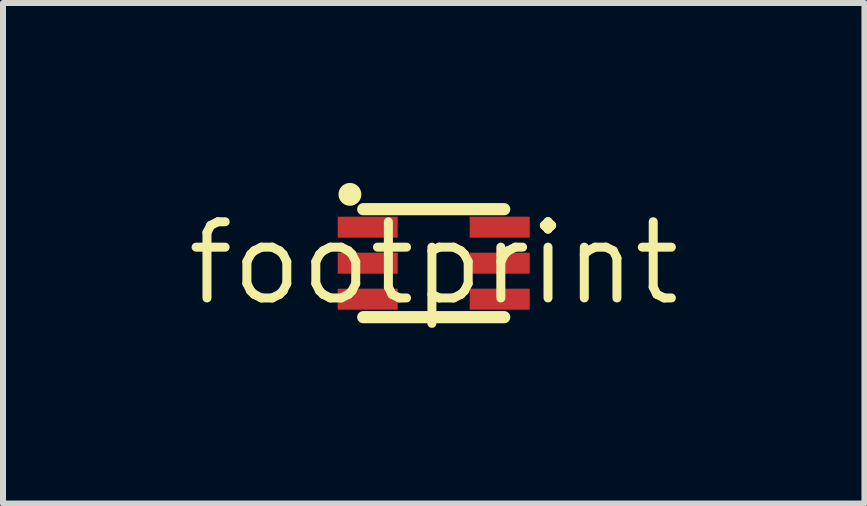
<source format=kicad_pcb>
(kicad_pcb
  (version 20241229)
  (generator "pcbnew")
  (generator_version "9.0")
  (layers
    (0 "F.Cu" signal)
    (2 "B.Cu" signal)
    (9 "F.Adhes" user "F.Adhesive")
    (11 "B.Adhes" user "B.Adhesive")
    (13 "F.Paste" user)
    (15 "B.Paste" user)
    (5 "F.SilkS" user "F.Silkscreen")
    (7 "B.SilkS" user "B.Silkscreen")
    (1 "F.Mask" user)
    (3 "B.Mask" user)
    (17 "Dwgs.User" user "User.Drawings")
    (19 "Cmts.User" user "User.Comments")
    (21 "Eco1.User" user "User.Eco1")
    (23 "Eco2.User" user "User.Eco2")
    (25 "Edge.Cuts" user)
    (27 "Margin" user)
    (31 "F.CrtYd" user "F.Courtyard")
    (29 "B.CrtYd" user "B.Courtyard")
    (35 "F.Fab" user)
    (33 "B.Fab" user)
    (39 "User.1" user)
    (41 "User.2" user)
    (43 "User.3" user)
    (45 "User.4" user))
  (footprint "footprint"
    (layer "F.Cu")
    (at 4.18 1.337)
    (property "Reference" "footprint" (at 0 0 0) (layer "F.SilkS") (effects (font (size 1.27 1.27) (thickness 0.15))))
    (fp_line (start -1.175 0.9) (end 1.175 0.9) (stroke (width 0.203) (type solid)) (layer "F.SilkS"))
    (fp_line (start 1.175 -0.9) (end -1.175 -0.9) (stroke (width 0.203) (type solid)) (layer "F.SilkS"))
    (fp_circle (center -1.397 -1.147) (end -1.302 -1.147) (stroke (width 0.191) (type solid)) (fill yes) (layer "F.SilkS"))
    (pad "1" smd rect (at -1.1 -0.6) (size 1 0.35) (layers "F.Cu" "F.Mask" "F.Paste"))
    (pad "2" smd rect (at -1.1 0) (size 1 0.35) (layers "F.Cu" "F.Mask" "F.Paste"))
    (pad "3" smd rect (at -1.1 0.6) (size 1 0.35) (layers "F.Cu" "F.Mask" "F.Paste"))
    (pad "4" smd rect (at 1.1 0.6) (size 1 0.35) (layers "F.Cu" "F.Mask" "F.Paste"))
    (pad "5" smd rect (at 1.1 0) (size 1 0.35) (layers "F.Cu" "F.Mask" "F.Paste"))
    (pad "6" smd rect (at 1.1 -0.6) (size 1 0.35) (layers "F.Cu" "F.Mask" "F.Paste")))
  (gr_rect
    (start -3 -3)
    (end 11.36 5.344)
    (stroke (width 0.1) (type default))
    (fill no)
    (layer "Edge.Cuts")))
</source>
